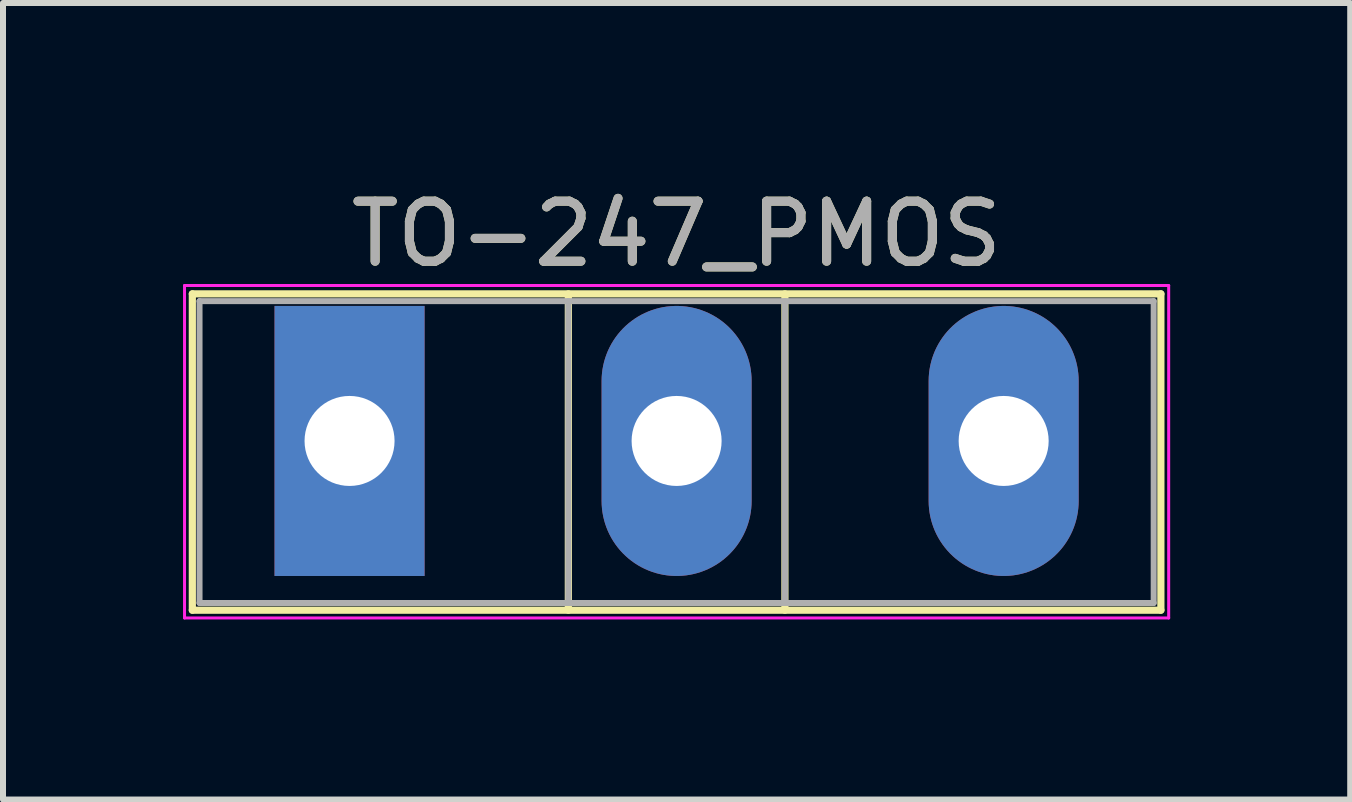
<source format=kicad_pcb>
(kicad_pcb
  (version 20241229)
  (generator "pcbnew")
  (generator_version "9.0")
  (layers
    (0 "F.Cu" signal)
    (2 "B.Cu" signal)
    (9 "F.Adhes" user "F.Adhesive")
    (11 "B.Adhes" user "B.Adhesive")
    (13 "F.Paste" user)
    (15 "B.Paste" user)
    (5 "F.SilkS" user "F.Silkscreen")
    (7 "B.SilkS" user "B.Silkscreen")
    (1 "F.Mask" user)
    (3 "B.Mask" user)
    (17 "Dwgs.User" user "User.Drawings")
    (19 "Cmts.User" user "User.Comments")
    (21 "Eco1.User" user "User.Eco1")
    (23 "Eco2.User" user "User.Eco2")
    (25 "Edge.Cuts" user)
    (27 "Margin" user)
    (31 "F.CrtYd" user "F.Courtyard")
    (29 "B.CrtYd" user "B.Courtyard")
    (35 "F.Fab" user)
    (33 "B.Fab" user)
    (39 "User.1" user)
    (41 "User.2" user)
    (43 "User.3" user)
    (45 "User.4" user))
  (footprint "TO-247_PMOS"
    (layer "F.Cu")
    (at 2.775 4.298)
    (property "Reference" "TO-247_PMOS" (at 5.45 -3.45 0) (layer "F.SilkS") (effects (font (size 1 1) (thickness 0.15))))
    (attr through_hole)
    (fp_line (start -2.62 -2.451) (end -2.62 2.82) (stroke (width 0.12) (type solid)) (layer "F.SilkS"))
    (fp_line (start -2.62 -2.451) (end 13.52 -2.451) (stroke (width 0.12) (type solid)) (layer "F.SilkS"))
    (fp_line (start -2.62 2.82) (end 13.52 2.82) (stroke (width 0.12) (type solid)) (layer "F.SilkS"))
    (fp_line (start 3.646 -2.451) (end 3.646 2.82) (stroke (width 0.12) (type solid)) (layer "F.SilkS"))
    (fp_line (start 7.255 -2.451) (end 7.255 2.82) (stroke (width 0.12) (type solid)) (layer "F.SilkS"))
    (fp_line (start 13.52 -2.451) (end 13.52 2.82) (stroke (width 0.12) (type solid)) (layer "F.SilkS"))
    (fp_line (start -2.75 -2.59) (end -2.75 2.95) (stroke (width 0.05) (type solid)) (layer "F.CrtYd"))
    (fp_line (start -2.75 2.95) (end 13.65 2.95) (stroke (width 0.05) (type solid)) (layer "F.CrtYd"))
    (fp_line (start 13.65 -2.59) (end -2.75 -2.59) (stroke (width 0.05) (type solid)) (layer "F.CrtYd"))
    (fp_line (start 13.65 2.95) (end 13.65 -2.59) (stroke (width 0.05) (type solid)) (layer "F.CrtYd"))
    (fp_line (start -2.5 -2.33) (end -2.5 2.7) (stroke (width 0.1) (type solid)) (layer "F.Fab"))
    (fp_line (start -2.5 2.7) (end 13.4 2.7) (stroke (width 0.1) (type solid)) (layer "F.Fab"))
    (fp_line (start 3.645 -2.33) (end 3.645 2.7) (stroke (width 0.1) (type solid)) (layer "F.Fab"))
    (fp_line (start 7.255 -2.33) (end 7.255 2.7) (stroke (width 0.1) (type solid)) (layer "F.Fab"))
    (fp_line (start 13.4 -2.33) (end -2.5 -2.33) (stroke (width 0.1) (type solid)) (layer "F.Fab"))
    (fp_line (start 13.4 2.7) (end 13.4 -2.33) (stroke (width 0.1) (type solid)) (layer "F.Fab"))
    (fp_text user "${REFERENCE}" (at 5.45 -3.45 0) (layer "F.Fab") (effects (font (size 1 1) (thickness 0.15))))
    (pad "1" thru_hole oval (at 5.45 0) (size 2.5 4.5) (drill 1.5) (layers "*.Cu" "*.Mask"))
    (pad "2" thru_hole rect (at 0 0) (size 2.5 4.5) (drill 1.5) (layers "*.Cu" "*.Mask"))
    (pad "3" thru_hole oval (at 10.9 0) (size 2.5 4.5) (drill 1.5) (layers "*.Cu" "*.Mask")))
  (gr_rect
    (start -3 -3)
    (end 19.45 10.273)
    (stroke (width 0.1) (type default))
    (fill no)
    (layer "Edge.Cuts")))
</source>
